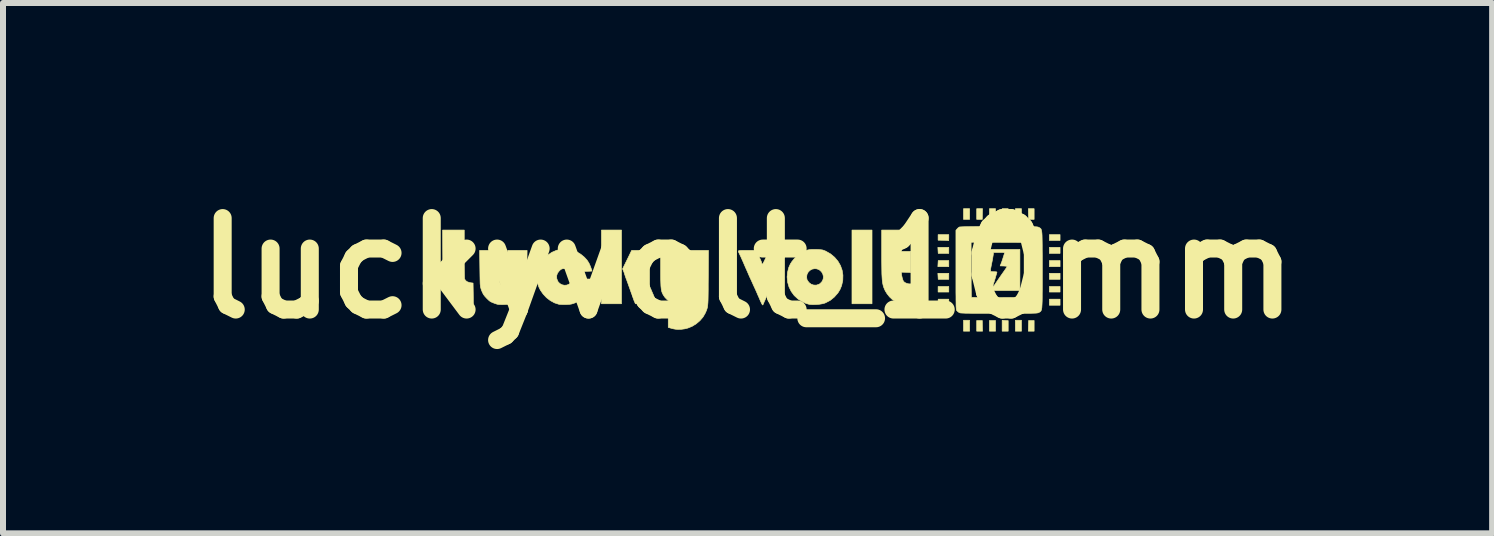
<source format=kicad_pcb>
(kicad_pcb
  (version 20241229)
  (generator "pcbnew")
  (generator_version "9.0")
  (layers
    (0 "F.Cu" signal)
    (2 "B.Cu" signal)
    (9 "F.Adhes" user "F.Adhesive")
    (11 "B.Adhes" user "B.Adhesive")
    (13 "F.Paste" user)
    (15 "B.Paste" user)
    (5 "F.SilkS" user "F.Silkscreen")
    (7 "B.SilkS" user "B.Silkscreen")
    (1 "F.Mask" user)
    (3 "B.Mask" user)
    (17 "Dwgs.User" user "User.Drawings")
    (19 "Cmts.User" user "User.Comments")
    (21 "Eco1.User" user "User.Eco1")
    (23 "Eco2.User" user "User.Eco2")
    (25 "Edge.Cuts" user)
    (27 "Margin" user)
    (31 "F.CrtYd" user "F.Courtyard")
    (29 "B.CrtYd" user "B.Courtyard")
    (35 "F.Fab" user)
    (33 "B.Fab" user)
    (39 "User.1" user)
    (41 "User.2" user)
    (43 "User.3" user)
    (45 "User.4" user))
  (footprint "luckyvolt_10mm"
    (layer "F.Cu")
    (at 9.405 1.418)
    (property "Reference" "luckyvolt_10mm" (at 0 0 0) (layer "F.SilkS") (effects (font (size 1.524 1.524) (thickness 0.3))))
    (attr through_hole)
    (fp_poly (pts (xy -2.1 0.593) (xy -2.434 0.593) (xy -2.434 -0.635) (xy -2.1 -0.635) (xy -2.1 0.593)) (stroke (width 0.01) (type solid)) (fill yes) (layer "F.SilkS"))
    (fp_poly (pts (xy 2.074 0.593) (xy 1.74 0.593) (xy 1.74 -0.635) (xy 2.074 -0.635) (xy 2.074 0.593)) (stroke (width 0.01) (type solid)) (fill yes) (layer "F.SilkS"))
    (fp_poly (pts (xy 3.353 0.398) (xy 3.175 0.398) (xy 3.175 0.305) (xy 3.353 0.305) (xy 3.353 0.398)) (stroke (width 0.01) (type solid)) (fill yes) (layer "F.SilkS"))
    (fp_poly (pts (xy 3.7 -0.813) (xy 3.598 -0.813) (xy 3.598 -0.991) (xy 3.7 -0.991) (xy 3.7 -0.813)) (stroke (width 0.01) (type solid)) (fill yes) (layer "F.SilkS"))
    (fp_poly (pts (xy 3.7 1.05) (xy 3.598 1.05) (xy 3.598 0.868) (xy 3.7 0.868) (xy 3.7 1.05)) (stroke (width 0.01) (type solid)) (fill yes) (layer "F.SilkS"))
    (fp_poly (pts (xy 4.132 -0.813) (xy 4.03 -0.813) (xy 4.03 -0.991) (xy 4.132 -0.991) (xy 4.132 -0.813)) (stroke (width 0.01) (type solid)) (fill yes) (layer "F.SilkS"))
    (fp_poly (pts (xy 4.132 1.05) (xy 4.03 1.05) (xy 4.03 0.872) (xy 4.132 0.872) (xy 4.132 1.05)) (stroke (width 0.01) (type solid)) (fill yes) (layer "F.SilkS"))
    (fp_poly (pts (xy 4.343 -0.813) (xy 4.242 -0.813) (xy 4.242 -0.991) (xy 4.343 -0.991) (xy 4.343 -0.813)) (stroke (width 0.01) (type solid)) (fill yes) (layer "F.SilkS"))
    (fp_poly (pts (xy 4.564 -0.813) (xy 4.462 -0.813) (xy 4.462 -0.991) (xy 4.564 -0.991) (xy 4.564 -0.813)) (stroke (width 0.01) (type solid)) (fill yes) (layer "F.SilkS"))
    (fp_poly (pts (xy 4.564 1.05) (xy 4.462 1.05) (xy 4.462 0.868) (xy 4.564 0.868) (xy 4.564 1.05)) (stroke (width 0.01) (type solid)) (fill yes) (layer "F.SilkS"))
    (fp_poly (pts (xy 5.207 -0.461) (xy 5.029 -0.461) (xy 5.029 -0.559) (xy 5.207 -0.559) (xy 5.207 -0.461)) (stroke (width 0.01) (type solid)) (fill yes) (layer "F.SilkS"))
    (fp_poly (pts (xy 5.207 -0.246) (xy 5.029 -0.246) (xy 5.029 -0.347) (xy 5.207 -0.347) (xy 5.207 -0.246)) (stroke (width 0.01) (type solid)) (fill yes) (layer "F.SilkS"))
    (fp_poly (pts (xy 5.207 -0.025) (xy 5.029 -0.025) (xy 5.029 -0.127) (xy 5.207 -0.127) (xy 5.207 -0.025)) (stroke (width 0.01) (type solid)) (fill yes) (layer "F.SilkS"))
    (fp_poly (pts (xy 5.207 0.186) (xy 5.029 0.186) (xy 5.029 0.085) (xy 5.207 0.085) (xy 5.207 0.186)) (stroke (width 0.01) (type solid)) (fill yes) (layer "F.SilkS"))
    (fp_poly (pts (xy 5.207 0.398) (xy 5.029 0.398) (xy 5.029 0.305) (xy 5.207 0.305) (xy 5.207 0.398)) (stroke (width 0.01) (type solid)) (fill yes) (layer "F.SilkS"))
    (fp_poly (pts (xy 5.207 0.618) (xy 5.029 0.618) (xy 5.029 0.516) (xy 5.207 0.516) (xy 5.207 0.618)) (stroke (width 0.01) (type solid)) (fill yes) (layer "F.SilkS"))
    (fp_poly (pts (xy 3.262 -0.347) (xy 3.353 -0.347) (xy 3.353 -0.246) (xy 3.177 -0.246) (xy 3.174 -0.296) (xy 3.171 -0.347) (xy 3.262 -0.347)) (stroke (width 0.01) (type solid)) (fill yes) (layer "F.SilkS"))
    (fp_poly (pts (xy 3.262 0.085) (xy 3.353 0.085) (xy 3.353 0.186) (xy 3.177 0.186) (xy 3.174 0.135) (xy 3.171 0.085) (xy 3.262 0.085)) (stroke (width 0.01) (type solid)) (fill yes) (layer "F.SilkS"))
    (fp_poly (pts (xy 3.353 -0.025) (xy 3.262 -0.025) (xy 3.171 -0.025) (xy 3.174 -0.076) (xy 3.177 -0.127) (xy 3.353 -0.127) (xy 3.353 -0.025)) (stroke (width 0.01) (type solid)) (fill yes) (layer "F.SilkS"))
    (fp_poly (pts (xy 3.353 0.618) (xy 3.262 0.618) (xy 3.171 0.618) (xy 3.174 0.567) (xy 3.177 0.516) (xy 3.353 0.516) (xy 3.353 0.618)) (stroke (width 0.01) (type solid)) (fill yes) (layer "F.SilkS"))
    (fp_poly (pts (xy 3.913 -0.902) (xy 3.911 -0.813) (xy 3.818 -0.813) (xy 3.818 -0.991) (xy 3.867 -0.991) (xy 3.916 -0.991) (xy 3.913 -0.902)) (stroke (width 0.01) (type solid)) (fill yes) (layer "F.SilkS"))
    (fp_poly (pts (xy 3.913 0.961) (xy 3.916 1.05) (xy 3.867 1.05) (xy 3.818 1.05) (xy 3.818 0.872) (xy 3.911 0.872) (xy 3.913 0.961)) (stroke (width 0.01) (type solid)) (fill yes) (layer "F.SilkS"))
    (fp_poly (pts (xy 4.293 0.871) (xy 4.343 0.874) (xy 4.343 1.05) (xy 4.242 1.05) (xy 4.242 0.959) (xy 4.242 0.868) (xy 4.293 0.871)) (stroke (width 0.01) (type solid)) (fill yes) (layer "F.SilkS"))
    (fp_poly (pts (xy 4.727 -0.991) (xy 4.775 -0.991) (xy 4.775 -0.813) (xy 4.683 -0.813) (xy 4.68 -0.902) (xy 4.678 -0.991) (xy 4.727 -0.991)) (stroke (width 0.01) (type solid)) (fill yes) (layer "F.SilkS"))
    (fp_poly (pts (xy 4.775 1.05) (xy 4.727 1.05) (xy 4.678 1.05) (xy 4.68 0.961) (xy 4.683 0.872) (xy 4.775 0.872) (xy 4.775 1.05)) (stroke (width 0.01) (type solid)) (fill yes) (layer "F.SilkS"))
    (fp_poly (pts (xy 3.353 -0.508) (xy 3.352 -0.482) (xy 3.352 -0.464) (xy 3.351 -0.459) (xy 3.342 -0.46) (xy 3.32 -0.461) (xy 3.288 -0.463) (xy 3.262 -0.464) (xy 3.175 -0.466) (xy 3.175 -0.559) (xy 3.353 -0.559) (xy 3.353 -0.508)) (stroke (width 0.01) (type solid)) (fill yes) (layer "F.SilkS"))
    (fp_poly (pts (xy -4.72 -0.635) (xy -4.72 -0.239) (xy -4.72 -0.158) (xy -4.72 -0.082) (xy -4.719 -0.012) (xy -4.718 0.05) (xy -4.717 0.102) (xy -4.716 0.142) (xy -4.715 0.169) (xy -4.714 0.179) (xy -4.698 0.206) (xy -4.669 0.227) (xy -4.63 0.24) (xy -4.615 0.243) (xy -4.573 0.248) (xy -4.57 0.42) (xy -4.568 0.593) (xy -4.64 0.592) (xy -4.682 0.59) (xy -4.727 0.586) (xy -4.764 0.581) (xy -4.767 0.581) (xy -4.845 0.558) (xy -4.913 0.523) (xy -4.971 0.474) (xy -5.018 0.411) (xy -5.055 0.336) (xy -5.056 0.334) (xy -5.06 0.323) (xy -5.063 0.312) (xy -5.066 0.299) (xy -5.069 0.284) (xy -5.071 0.265) (xy -5.072 0.24) (xy -5.074 0.207) (xy -5.075 0.166) (xy -5.076 0.115) (xy -5.076 0.053) (xy -5.077 -0.023) (xy -5.078 -0.114) (xy -5.078 -0.176) (xy -5.081 -0.635) (xy -4.72 -0.635)) (stroke (width 0.01) (type solid)) (fill yes) (layer "F.SilkS"))
    (fp_poly (pts (xy 2.565 -0.279) (xy 2.718 -0.279) (xy 2.718 -0.104) (xy 2.718 0.072) (xy 2.642 0.069) (xy 2.565 0.067) (xy 2.565 0.088) (xy 2.568 0.12) (xy 2.576 0.156) (xy 2.586 0.191) (xy 2.597 0.217) (xy 2.6 0.221) (xy 2.621 0.239) (xy 2.653 0.254) (xy 2.689 0.262) (xy 2.704 0.262) (xy 2.726 0.262) (xy 2.726 0.61) (xy 2.686 0.608) (xy 2.656 0.607) (xy 2.628 0.604) (xy 2.62 0.604) (xy 2.587 0.597) (xy 2.545 0.584) (xy 2.502 0.569) (xy 2.464 0.554) (xy 2.456 0.55) (xy 2.411 0.521) (xy 2.366 0.479) (xy 2.326 0.429) (xy 2.293 0.376) (xy 2.291 0.37) (xy 2.279 0.344) (xy 2.269 0.319) (xy 2.261 0.293) (xy 2.254 0.264) (xy 2.248 0.232) (xy 2.244 0.194) (xy 2.241 0.148) (xy 2.238 0.094) (xy 2.237 0.029) (xy 2.236 -0.048) (xy 2.235 -0.139) (xy 2.235 -0.239) (xy 2.235 -0.635) (xy 2.565 -0.635) (xy 2.565 -0.279)) (stroke (width 0.01) (type solid)) (fill yes) (layer "F.SilkS"))
    (fp_poly (pts (xy -1.71 -0.296) (xy -1.665 -0.296) (xy -1.628 -0.295) (xy -1.603 -0.294) (xy -1.592 -0.292) (xy -1.592 -0.292) (xy -1.595 -0.284) (xy -1.606 -0.262) (xy -1.622 -0.231) (xy -1.642 -0.191) (xy -1.665 -0.145) (xy -1.672 -0.132) (xy -1.752 0.024) (xy -1.705 0.133) (xy -1.686 0.175) (xy -1.67 0.214) (xy -1.656 0.245) (xy -1.647 0.266) (xy -1.646 0.269) (xy -1.634 0.297) (xy -1.622 0.324) (xy -1.613 0.344) (xy -1.6 0.375) (xy -1.583 0.414) (xy -1.565 0.456) (xy -1.548 0.497) (xy -1.532 0.533) (xy -1.521 0.56) (xy -1.518 0.565) (xy -1.507 0.593) (xy -1.868 0.593) (xy -1.879 0.569) (xy -1.889 0.546) (xy -1.9 0.517) (xy -1.901 0.512) (xy -1.909 0.491) (xy -1.92 0.458) (xy -1.934 0.419) (xy -1.948 0.381) (xy -1.962 0.341) (xy -1.975 0.305) (xy -1.985 0.278) (xy -1.99 0.262) (xy -1.997 0.244) (xy -2.007 0.216) (xy -2.019 0.184) (xy -2.02 0.182) (xy -2.032 0.149) (xy -2.042 0.119) (xy -2.049 0.098) (xy -2.049 0.097) (xy -2.057 0.072) (xy -2.068 0.044) (xy -2.069 0.042) (xy -2.082 0.012) (xy -2.006 -0.142) (xy -1.931 -0.296) (xy -1.761 -0.296) (xy -1.71 -0.296)) (stroke (width 0.01) (type solid)) (fill yes) (layer "F.SilkS"))
    (fp_poly (pts (xy 4.538 0.373) (xy 3.844 0.373) (xy 3.844 0.041) (xy 4.047 0.041) (xy 4.052 0.053) (xy 4.066 0.058) (xy 4.09 0.059) (xy 4.103 0.059) (xy 4.132 0.06) (xy 4.149 0.062) (xy 4.155 0.067) (xy 4.154 0.074) (xy 4.15 0.089) (xy 4.142 0.115) (xy 4.132 0.148) (xy 4.129 0.161) (xy 4.118 0.197) (xy 4.108 0.229) (xy 4.1 0.252) (xy 4.099 0.257) (xy 4.091 0.281) (xy 4.09 0.297) (xy 4.095 0.302) (xy 4.098 0.301) (xy 4.107 0.291) (xy 4.121 0.272) (xy 4.135 0.251) (xy 4.157 0.218) (xy 4.188 0.173) (xy 4.225 0.119) (xy 4.268 0.058) (xy 4.295 0.019) (xy 4.311 -0.004) (xy 4.323 -0.022) (xy 4.326 -0.029) (xy 4.319 -0.031) (xy 4.298 -0.034) (xy 4.27 -0.036) (xy 4.268 -0.036) (xy 4.209 -0.038) (xy 4.224 -0.076) (xy 4.235 -0.104) (xy 4.247 -0.14) (xy 4.259 -0.177) (xy 4.259 -0.178) (xy 4.269 -0.209) (xy 4.277 -0.235) (xy 4.282 -0.251) (xy 4.282 -0.252) (xy 4.28 -0.257) (xy 4.267 -0.26) (xy 4.242 -0.262) (xy 4.202 -0.262) (xy 4.192 -0.262) (xy 4.099 -0.262) (xy 4.094 -0.222) (xy 4.089 -0.192) (xy 4.083 -0.155) (xy 4.077 -0.123) (xy 4.069 -0.084) (xy 4.061 -0.045) (xy 4.056 -0.018) (xy 4.049 0.018) (xy 4.047 0.041) (xy 3.844 0.041) (xy 3.844 -0.313) (xy 4.538 -0.313) (xy 4.538 0.373)) (stroke (width 0.01) (type solid)) (fill yes) (layer "F.SilkS"))
    (fp_poly (pts (xy -4.132 -0.026) (xy -4.132 0.049) (xy -4.131 0.109) (xy -4.131 0.156) (xy -4.13 0.191) (xy -4.129 0.217) (xy -4.127 0.235) (xy -4.124 0.248) (xy -4.121 0.256) (xy -4.116 0.263) (xy -4.116 0.263) (xy -4.098 0.278) (xy -4.074 0.283) (xy -4.065 0.283) (xy -4.048 0.283) (xy -4.035 0.282) (xy -4.024 0.277) (xy -4.016 0.269) (xy -4.009 0.254) (xy -4.005 0.231) (xy -4.002 0.198) (xy -4 0.155) (xy -3.999 0.099) (xy -3.998 0.029) (xy -3.998 -0.021) (xy -3.995 -0.296) (xy -3.673 -0.296) (xy -3.676 0.015) (xy -3.679 0.326) (xy -3.711 0.391) (xy -3.755 0.461) (xy -3.812 0.519) (xy -3.879 0.565) (xy -3.899 0.575) (xy -3.928 0.588) (xy -3.953 0.597) (xy -3.979 0.602) (xy -4.011 0.604) (xy -4.047 0.606) (xy -4.086 0.607) (xy -4.121 0.606) (xy -4.147 0.605) (xy -4.157 0.604) (xy -4.184 0.597) (xy -4.216 0.586) (xy -4.249 0.573) (xy -4.276 0.561) (xy -4.287 0.555) (xy -4.314 0.533) (xy -4.344 0.504) (xy -4.373 0.473) (xy -4.394 0.446) (xy -4.398 0.441) (xy -4.411 0.417) (xy -4.426 0.384) (xy -4.437 0.356) (xy -4.442 0.34) (xy -4.446 0.326) (xy -4.45 0.309) (xy -4.452 0.29) (xy -4.455 0.265) (xy -4.456 0.232) (xy -4.457 0.191) (xy -4.458 0.138) (xy -4.459 0.071) (xy -4.46 0.002) (xy -4.464 -0.296) (xy -4.132 -0.296) (xy -4.132 -0.026)) (stroke (width 0.01) (type solid)) (fill yes) (layer "F.SilkS"))
    (fp_poly (pts (xy 1.141 -0.312) (xy 1.187 -0.31) (xy 1.221 -0.307) (xy 1.247 -0.304) (xy 1.269 -0.297) (xy 1.292 -0.288) (xy 1.307 -0.281) (xy 1.384 -0.237) (xy 1.451 -0.181) (xy 1.506 -0.116) (xy 1.548 -0.044) (xy 1.576 0.034) (xy 1.589 0.116) (xy 1.587 0.201) (xy 1.584 0.218) (xy 1.567 0.292) (xy 1.541 0.355) (xy 1.507 0.411) (xy 1.446 0.481) (xy 1.377 0.537) (xy 1.3 0.577) (xy 1.282 0.584) (xy 1.243 0.594) (xy 1.193 0.602) (xy 1.138 0.606) (xy 1.084 0.607) (xy 1.037 0.604) (xy 1.024 0.602) (xy 0.973 0.587) (xy 0.917 0.561) (xy 0.861 0.527) (xy 0.84 0.513) (xy 0.777 0.455) (xy 0.728 0.388) (xy 0.691 0.314) (xy 0.668 0.235) (xy 0.66 0.153) (xy 0.66 0.145) (xy 0.984 0.145) (xy 0.99 0.187) (xy 0.995 0.199) (xy 1.022 0.238) (xy 1.058 0.266) (xy 1.1 0.281) (xy 1.144 0.283) (xy 1.187 0.27) (xy 1.209 0.257) (xy 1.241 0.223) (xy 1.26 0.182) (xy 1.264 0.139) (xy 1.253 0.095) (xy 1.231 0.059) (xy 1.196 0.028) (xy 1.157 0.012) (xy 1.12 0.008) (xy 1.077 0.016) (xy 1.039 0.037) (xy 1.01 0.067) (xy 0.991 0.104) (xy 0.984 0.145) (xy 0.66 0.145) (xy 0.666 0.07) (xy 0.687 -0.012) (xy 0.714 -0.071) (xy 0.74 -0.111) (xy 0.775 -0.154) (xy 0.815 -0.196) (xy 0.856 -0.232) (xy 0.893 -0.257) (xy 0.94 -0.281) (xy 0.981 -0.298) (xy 1.023 -0.307) (xy 1.07 -0.312) (xy 1.128 -0.312) (xy 1.141 -0.312)) (stroke (width 0.01) (type solid)) (fill yes) (layer "F.SilkS"))
    (fp_poly (pts (xy -1.118 0.221) (xy -1.097 0.242) (xy -1.07 0.259) (xy -1.05 0.262) (xy -1.02 0.255) (xy -1.003 0.242) (xy -0.982 0.221) (xy -0.982 -0.296) (xy -0.651 -0.296) (xy -0.654 0.163) (xy -0.655 0.265) (xy -0.655 0.352) (xy -0.656 0.425) (xy -0.657 0.485) (xy -0.658 0.535) (xy -0.66 0.576) (xy -0.663 0.609) (xy -0.666 0.637) (xy -0.67 0.659) (xy -0.676 0.679) (xy -0.682 0.698) (xy -0.69 0.717) (xy -0.699 0.738) (xy -0.704 0.749) (xy -0.741 0.813) (xy -0.792 0.873) (xy -0.854 0.926) (xy -0.923 0.969) (xy -0.994 0.998) (xy -1.046 1.011) (xy -1.105 1.019) (xy -1.162 1.02) (xy -1.202 1.017) (xy -1.235 1.011) (xy -1.271 1.002) (xy -1.281 0.999) (xy -1.321 0.987) (xy -1.321 0.844) (xy -1.321 0.792) (xy -1.32 0.754) (xy -1.319 0.729) (xy -1.317 0.714) (xy -1.314 0.707) (xy -1.309 0.706) (xy -1.306 0.707) (xy -1.252 0.723) (xy -1.197 0.726) (xy -1.143 0.718) (xy -1.095 0.699) (xy -1.057 0.67) (xy -1.047 0.658) (xy -1.033 0.637) (xy -1.018 0.61) (xy -1.006 0.583) (xy -0.997 0.56) (xy -0.994 0.546) (xy -0.995 0.543) (xy -1.004 0.544) (xy -1.024 0.551) (xy -1.043 0.559) (xy -1.067 0.57) (xy -1.092 0.576) (xy -1.121 0.579) (xy -1.161 0.58) (xy -1.168 0.58) (xy -1.209 0.579) (xy -1.238 0.577) (xy -1.261 0.571) (xy -1.282 0.563) (xy -1.287 0.56) (xy -1.334 0.53) (xy -1.373 0.491) (xy -1.397 0.457) (xy -1.409 0.437) (xy -1.419 0.416) (xy -1.428 0.394) (xy -1.434 0.368) (xy -1.439 0.337) (xy -1.443 0.299) (xy -1.445 0.252) (xy -1.447 0.193) (xy -1.448 0.123) (xy -1.448 0.037) (xy -1.448 0.009) (xy -1.448 -0.296) (xy -1.118 -0.296) (xy -1.118 0.221)) (stroke (width 0.01) (type solid)) (fill yes) (layer "F.SilkS"))
    (fp_poly (pts (xy 0.164 -0.269) (xy 0.175 -0.243) (xy 0.187 -0.213) (xy 0.19 -0.203) (xy 0.203 -0.17) (xy 0.218 -0.136) (xy 0.221 -0.129) (xy 0.231 -0.105) (xy 0.236 -0.085) (xy 0.237 -0.08) (xy 0.243 -0.069) (xy 0.248 -0.068) (xy 0.255 -0.075) (xy 0.267 -0.096) (xy 0.282 -0.126) (xy 0.3 -0.164) (xy 0.308 -0.182) (xy 0.357 -0.296) (xy 0.66 -0.296) (xy 0.651 -0.273) (xy 0.642 -0.251) (xy 0.627 -0.216) (xy 0.607 -0.172) (xy 0.583 -0.121) (xy 0.58 -0.114) (xy 0.56 -0.07) (xy 0.536 -0.017) (xy 0.511 0.039) (xy 0.491 0.085) (xy 0.474 0.124) (xy 0.455 0.166) (xy 0.439 0.201) (xy 0.422 0.239) (xy 0.402 0.282) (xy 0.391 0.307) (xy 0.375 0.342) (xy 0.356 0.384) (xy 0.339 0.423) (xy 0.322 0.462) (xy 0.304 0.503) (xy 0.289 0.537) (xy 0.288 0.538) (xy 0.275 0.567) (xy 0.264 0.593) (xy 0.258 0.608) (xy 0.254 0.613) (xy 0.249 0.612) (xy 0.242 0.602) (xy 0.231 0.581) (xy 0.216 0.549) (xy 0.196 0.503) (xy 0.196 0.502) (xy 0.174 0.453) (xy 0.153 0.404) (xy 0.133 0.359) (xy 0.117 0.324) (xy 0.112 0.313) (xy 0.096 0.279) (xy 0.082 0.247) (xy 0.071 0.223) (xy 0.07 0.22) (xy 0.058 0.194) (xy 0.047 0.171) (xy 0.046 0.169) (xy 0.04 0.156) (xy 0.028 0.129) (xy 0.012 0.092) (xy -0.008 0.046) (xy -0.031 -0.005) (xy -0.047 -0.042) (xy -0.07 -0.096) (xy -0.092 -0.145) (xy -0.111 -0.188) (xy -0.127 -0.221) (xy -0.137 -0.243) (xy -0.141 -0.25) (xy -0.15 -0.269) (xy -0.152 -0.281) (xy -0.151 -0.287) (xy -0.146 -0.291) (xy -0.135 -0.293) (xy -0.115 -0.295) (xy -0.085 -0.296) (xy -0.042 -0.296) (xy 0.000136 -0.296) (xy 0.153 -0.296) (xy 0.164 -0.269)) (stroke (width 0.01) (type solid)) (fill yes) (layer "F.SilkS"))
    (fp_poly (pts (xy -2.975 -0.311) (xy -2.926 -0.303) (xy -2.902 -0.297) (xy -2.837 -0.268) (xy -2.775 -0.229) (xy -2.719 -0.183) (xy -2.674 -0.134) (xy -2.642 -0.084) (xy -2.63 -0.058) (xy -2.617 -0.027) (xy -2.606 0.003) (xy -2.597 0.028) (xy -2.593 0.044) (xy -2.594 0.048) (xy -2.603 0.049) (xy -2.626 0.051) (xy -2.661 0.052) (xy -2.705 0.054) (xy -2.755 0.056) (xy -2.761 0.056) (xy -2.926 0.062) (xy -2.963 0.035) (xy -2.988 0.019) (xy -3.011 0.011) (xy -3.041 0.009) (xy -3.049 0.008) (xy -3.078 0.009) (xy -3.097 0.014) (xy -3.115 0.025) (xy -3.136 0.044) (xy -3.166 0.083) (xy -3.18 0.124) (xy -3.179 0.17) (xy -3.175 0.184) (xy -3.157 0.226) (xy -3.128 0.256) (xy -3.092 0.276) (xy -3.052 0.285) (xy -3.012 0.282) (xy -2.974 0.267) (xy -2.941 0.24) (xy -2.925 0.216) (xy -2.91 0.189) (xy -2.749 0.184) (xy -2.698 0.182) (xy -2.654 0.181) (xy -2.618 0.181) (xy -2.593 0.182) (xy -2.583 0.183) (xy -2.583 0.183) (xy -2.582 0.193) (xy -2.586 0.215) (xy -2.593 0.245) (xy -2.603 0.279) (xy -2.613 0.311) (xy -2.623 0.339) (xy -2.627 0.347) (xy -2.665 0.412) (xy -2.717 0.472) (xy -2.779 0.525) (xy -2.848 0.566) (xy -2.873 0.578) (xy -2.906 0.59) (xy -2.935 0.598) (xy -2.968 0.603) (xy -3.01 0.605) (xy -3.023 0.606) (xy -3.064 0.606) (xy -3.103 0.605) (xy -3.134 0.603) (xy -3.146 0.601) (xy -3.217 0.578) (xy -3.286 0.54) (xy -3.35 0.491) (xy -3.406 0.431) (xy -3.452 0.365) (xy -3.476 0.316) (xy -3.487 0.286) (xy -3.495 0.257) (xy -3.5 0.225) (xy -3.503 0.183) (xy -3.503 0.163) (xy -3.505 0.12) (xy -3.504 0.087) (xy -3.501 0.061) (xy -3.495 0.035) (xy -3.485 0.004) (xy -3.485 0.003) (xy -3.447 -0.08) (xy -3.397 -0.153) (xy -3.334 -0.215) (xy -3.26 -0.264) (xy -3.184 -0.297) (xy -3.142 -0.307) (xy -3.089 -0.313) (xy -3.031 -0.314) (xy -2.975 -0.311)) (stroke (width 0.01) (type solid)) (fill yes) (layer "F.SilkS"))
    (fp_poly (pts (xy 4.308 -0.694) (xy 4.412 -0.694) (xy 4.501 -0.694) (xy 4.577 -0.694) (xy 4.64 -0.693) (xy 4.693 -0.693) (xy 4.735 -0.692) (xy 4.769 -0.691) (xy 4.795 -0.69) (xy 4.815 -0.689) (xy 4.83 -0.687) (xy 4.84 -0.685) (xy 4.848 -0.682) (xy 4.854 -0.68) (xy 4.857 -0.678) (xy 4.867 -0.672) (xy 4.875 -0.667) (xy 4.883 -0.661) (xy 4.889 -0.653) (xy 4.894 -0.642) (xy 4.898 -0.626) (xy 4.902 -0.606) (xy 4.905 -0.579) (xy 4.907 -0.545) (xy 4.908 -0.501) (xy 4.909 -0.448) (xy 4.91 -0.384) (xy 4.91 -0.308) (xy 4.911 -0.218) (xy 4.911 -0.114) (xy 4.911 0.005) (xy 4.911 0.03) (xy 4.911 0.152) (xy 4.911 0.259) (xy 4.911 0.351) (xy 4.91 0.43) (xy 4.91 0.496) (xy 4.909 0.551) (xy 4.907 0.596) (xy 4.905 0.632) (xy 4.903 0.661) (xy 4.899 0.682) (xy 4.895 0.698) (xy 4.89 0.71) (xy 4.884 0.718) (xy 4.877 0.725) (xy 4.869 0.73) (xy 4.859 0.736) (xy 4.857 0.737) (xy 4.852 0.74) (xy 4.845 0.743) (xy 4.837 0.745) (xy 4.824 0.747) (xy 4.808 0.749) (xy 4.785 0.75) (xy 4.756 0.751) (xy 4.719 0.752) (xy 4.672 0.752) (xy 4.615 0.753) (xy 4.547 0.753) (xy 4.465 0.753) (xy 4.37 0.753) (xy 4.26 0.753) (xy 4.191 0.753) (xy 4.069 0.753) (xy 3.964 0.753) (xy 3.873 0.753) (xy 3.795 0.753) (xy 3.73 0.752) (xy 3.677 0.751) (xy 3.634 0.751) (xy 3.599 0.749) (xy 3.573 0.748) (xy 3.554 0.747) (xy 3.54 0.745) (xy 3.532 0.742) (xy 3.528 0.741) (xy 3.505 0.725) (xy 3.488 0.709) (xy 3.485 0.705) (xy 3.482 0.7) (xy 3.48 0.692) (xy 3.478 0.681) (xy 3.477 0.664) (xy 3.475 0.642) (xy 3.474 0.613) (xy 3.474 0.576) (xy 3.473 0.529) (xy 3.473 0.472) (xy 3.472 0.404) (xy 3.472 0.322) (xy 3.472 0.227) (xy 3.472 0.117) (xy 3.472 0.03) (xy 3.472 0.024) (xy 3.725 0.024) (xy 3.725 0.11) (xy 3.726 0.191) (xy 3.726 0.266) (xy 3.727 0.332) (xy 3.728 0.388) (xy 3.728 0.433) (xy 3.729 0.465) (xy 3.73 0.483) (xy 3.731 0.485) (xy 3.74 0.487) (xy 3.765 0.487) (xy 3.804 0.488) (xy 3.854 0.489) (xy 3.916 0.489) (xy 3.986 0.489) (xy 4.064 0.489) (xy 4.148 0.489) (xy 4.195 0.489) (xy 4.652 0.487) (xy 4.652 -0.428) (xy 3.725 -0.432) (xy 3.725 0.024) (xy 3.472 0.024) (xy 3.472 -0.631) (xy 3.491 -0.653) (xy 3.509 -0.672) (xy 3.528 -0.685) (xy 3.537 -0.687) (xy 3.558 -0.688) (xy 3.591 -0.69) (xy 3.637 -0.691) (xy 3.696 -0.692) (xy 3.769 -0.693) (xy 3.856 -0.694) (xy 3.959 -0.694) (xy 4.077 -0.694) (xy 4.188 -0.694) (xy 4.308 -0.694)) (stroke (width 0.01) (type solid)) (fill yes) (layer "F.SilkS")))
  (gr_rect
    (start -3 -3)
    (end 21.811 5.836)
    (stroke (width 0.1) (type default))
    (fill no)
    (layer "Edge.Cuts")))
</source>
